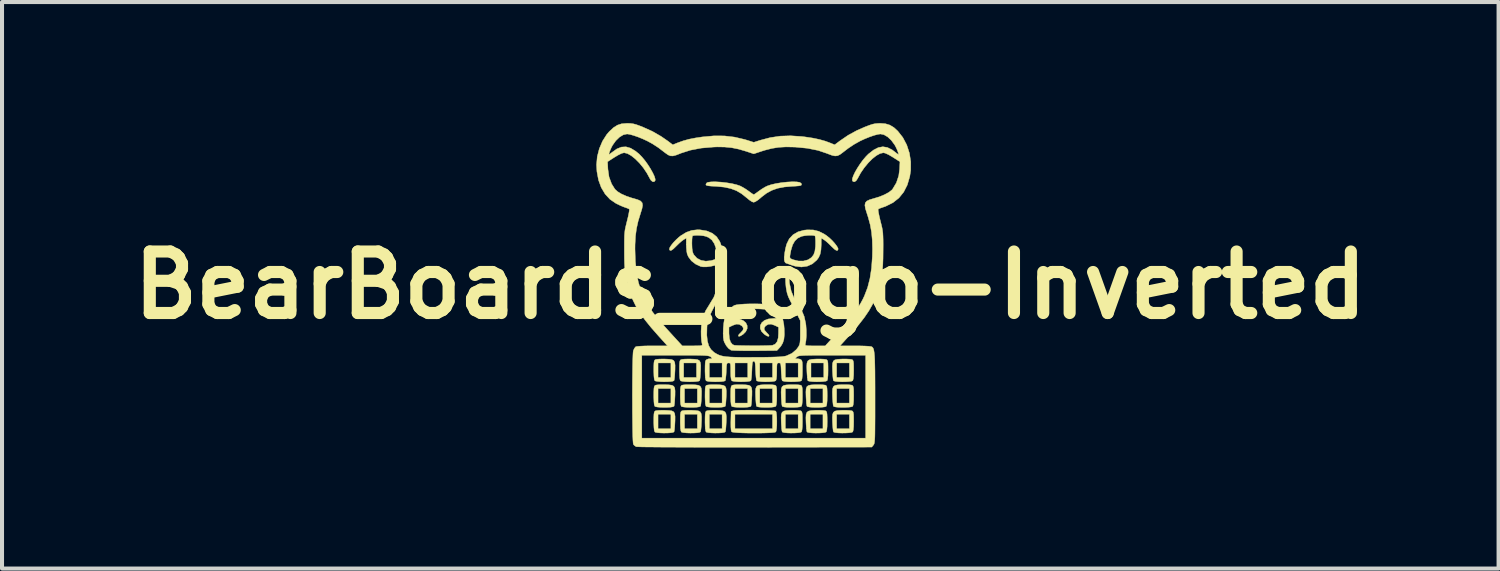
<source format=kicad_pcb>
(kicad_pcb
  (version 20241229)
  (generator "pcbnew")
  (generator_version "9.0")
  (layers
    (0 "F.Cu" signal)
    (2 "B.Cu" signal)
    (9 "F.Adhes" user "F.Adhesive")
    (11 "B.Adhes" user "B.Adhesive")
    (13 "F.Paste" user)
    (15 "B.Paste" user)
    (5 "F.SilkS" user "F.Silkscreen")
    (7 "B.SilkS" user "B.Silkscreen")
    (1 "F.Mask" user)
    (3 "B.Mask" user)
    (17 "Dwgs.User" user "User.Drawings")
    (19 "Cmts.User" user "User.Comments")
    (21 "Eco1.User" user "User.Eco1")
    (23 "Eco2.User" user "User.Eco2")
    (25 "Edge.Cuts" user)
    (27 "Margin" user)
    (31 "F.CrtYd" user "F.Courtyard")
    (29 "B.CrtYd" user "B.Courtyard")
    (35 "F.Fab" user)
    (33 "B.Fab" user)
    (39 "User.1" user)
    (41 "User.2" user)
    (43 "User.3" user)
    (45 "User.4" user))
  (footprint "BearBoards_Logo-Inverted"
    (layer "F.Cu")
    (at 15.538 4.015)
    (property "Reference" "BearBoards_Logo-Inverted" (at 0 0 0) (layer "F.SilkS") (effects (font (size 1.524 1.524) (thickness 0.3))))
    (attr through_hole)
    (fp_poly (pts (xy -2.119 1.829) (xy -2.014 1.834) (xy -1.942 1.844) (xy -1.897 1.868) (xy -1.873 1.912) (xy -1.864 1.983) (xy -1.865 2.087) (xy -1.867 2.127) (xy -1.872 2.22) (xy -1.878 2.298) (xy -1.886 2.35) (xy -1.891 2.365) (xy -1.919 2.378) (xy -1.979 2.387) (xy -2.058 2.392) (xy -2.146 2.393) (xy -2.233 2.39) (xy -2.306 2.383) (xy -2.355 2.373) (xy -2.366 2.366) (xy -2.38 2.33) (xy -2.388 2.253) (xy -2.392 2.135) (xy -2.392 2.103) (xy -2.391 1.997) (xy -2.388 1.926) (xy -2.286 1.926) (xy -2.286 2.286) (xy -1.968 2.286) (xy -1.968 1.926) (xy -2.286 1.926) (xy -2.388 1.926) (xy -2.388 1.926) (xy -2.381 1.882) (xy -2.37 1.857) (xy -2.354 1.844) (xy -2.318 1.836) (xy -2.25 1.83) (xy -2.164 1.829) (xy -2.119 1.829)) (stroke (width 0.01) (type solid)) (fill yes) (layer "F.SilkS"))
    (fp_poly (pts (xy -2.119 2.464) (xy -2.014 2.469) (xy -1.942 2.479) (xy -1.897 2.503) (xy -1.873 2.547) (xy -1.864 2.618) (xy -1.865 2.722) (xy -1.867 2.762) (xy -1.872 2.855) (xy -1.878 2.933) (xy -1.886 2.985) (xy -1.891 3) (xy -1.919 3.013) (xy -1.979 3.022) (xy -2.058 3.027) (xy -2.146 3.028) (xy -2.233 3.025) (xy -2.306 3.018) (xy -2.355 3.008) (xy -2.366 3.001) (xy -2.38 2.965) (xy -2.388 2.888) (xy -2.392 2.77) (xy -2.392 2.738) (xy -2.391 2.632) (xy -2.388 2.561) (xy -2.286 2.561) (xy -2.286 2.921) (xy -1.968 2.921) (xy -1.968 2.561) (xy -2.286 2.561) (xy -2.388 2.561) (xy -2.388 2.561) (xy -2.381 2.517) (xy -2.37 2.492) (xy -2.354 2.479) (xy -2.318 2.471) (xy -2.25 2.465) (xy -2.164 2.464) (xy -2.119 2.464)) (stroke (width 0.01) (type solid)) (fill yes) (layer "F.SilkS"))
    (fp_poly (pts (xy -2.119 3.099) (xy -2.014 3.104) (xy -1.942 3.114) (xy -1.897 3.138) (xy -1.873 3.182) (xy -1.864 3.253) (xy -1.865 3.357) (xy -1.867 3.397) (xy -1.872 3.49) (xy -1.878 3.568) (xy -1.886 3.62) (xy -1.891 3.635) (xy -1.919 3.648) (xy -1.979 3.657) (xy -2.058 3.662) (xy -2.146 3.663) (xy -2.233 3.66) (xy -2.306 3.653) (xy -2.355 3.643) (xy -2.366 3.636) (xy -2.38 3.6) (xy -2.388 3.523) (xy -2.392 3.405) (xy -2.392 3.373) (xy -2.391 3.267) (xy -2.388 3.196) (xy -2.286 3.196) (xy -2.286 3.556) (xy -1.968 3.556) (xy -1.968 3.196) (xy -2.286 3.196) (xy -2.388 3.196) (xy -2.388 3.196) (xy -2.381 3.152) (xy -2.37 3.127) (xy -2.354 3.114) (xy -2.318 3.106) (xy -2.25 3.1) (xy -2.164 3.099) (xy -2.119 3.099)) (stroke (width 0.01) (type solid)) (fill yes) (layer "F.SilkS"))
    (fp_poly (pts (xy -1.484 1.829) (xy -1.379 1.834) (xy -1.307 1.844) (xy -1.262 1.868) (xy -1.238 1.912) (xy -1.229 1.983) (xy -1.23 2.087) (xy -1.232 2.127) (xy -1.237 2.22) (xy -1.243 2.298) (xy -1.251 2.35) (xy -1.256 2.365) (xy -1.284 2.378) (xy -1.344 2.387) (xy -1.423 2.392) (xy -1.511 2.393) (xy -1.598 2.39) (xy -1.671 2.383) (xy -1.72 2.373) (xy -1.731 2.366) (xy -1.745 2.33) (xy -1.753 2.253) (xy -1.757 2.135) (xy -1.757 2.103) (xy -1.756 1.997) (xy -1.753 1.926) (xy -1.651 1.926) (xy -1.651 2.286) (xy -1.333 2.286) (xy -1.333 1.926) (xy -1.651 1.926) (xy -1.753 1.926) (xy -1.753 1.926) (xy -1.746 1.882) (xy -1.735 1.857) (xy -1.719 1.844) (xy -1.683 1.836) (xy -1.615 1.83) (xy -1.529 1.829) (xy -1.484 1.829)) (stroke (width 0.01) (type solid)) (fill yes) (layer "F.SilkS"))
    (fp_poly (pts (xy -1.462 2.464) (xy -1.358 2.469) (xy -1.286 2.479) (xy -1.241 2.503) (xy -1.217 2.547) (xy -1.208 2.618) (xy -1.209 2.722) (xy -1.211 2.762) (xy -1.215 2.855) (xy -1.222 2.933) (xy -1.23 2.985) (xy -1.235 3) (xy -1.263 3.013) (xy -1.322 3.022) (xy -1.402 3.027) (xy -1.49 3.028) (xy -1.576 3.025) (xy -1.65 3.018) (xy -1.698 3.008) (xy -1.71 3.001) (xy -1.723 2.965) (xy -1.732 2.888) (xy -1.736 2.77) (xy -1.736 2.738) (xy -1.735 2.632) (xy -1.732 2.561) (xy -1.63 2.561) (xy -1.63 2.921) (xy -1.312 2.921) (xy -1.312 2.561) (xy -1.63 2.561) (xy -1.732 2.561) (xy -1.732 2.561) (xy -1.725 2.517) (xy -1.714 2.492) (xy -1.698 2.479) (xy -1.661 2.471) (xy -1.594 2.465) (xy -1.508 2.464) (xy -1.462 2.464)) (stroke (width 0.01) (type solid)) (fill yes) (layer "F.SilkS"))
    (fp_poly (pts (xy -1.462 3.099) (xy -1.358 3.104) (xy -1.286 3.114) (xy -1.241 3.138) (xy -1.217 3.182) (xy -1.208 3.253) (xy -1.209 3.357) (xy -1.211 3.397) (xy -1.215 3.49) (xy -1.222 3.568) (xy -1.23 3.62) (xy -1.235 3.635) (xy -1.263 3.648) (xy -1.322 3.657) (xy -1.402 3.662) (xy -1.49 3.663) (xy -1.576 3.66) (xy -1.65 3.653) (xy -1.698 3.643) (xy -1.71 3.636) (xy -1.723 3.6) (xy -1.732 3.523) (xy -1.736 3.405) (xy -1.736 3.373) (xy -1.735 3.267) (xy -1.732 3.196) (xy -1.63 3.196) (xy -1.63 3.556) (xy -1.312 3.556) (xy -1.312 3.196) (xy -1.63 3.196) (xy -1.732 3.196) (xy -1.732 3.196) (xy -1.725 3.152) (xy -1.714 3.127) (xy -1.698 3.114) (xy -1.661 3.106) (xy -1.594 3.1) (xy -1.508 3.099) (xy -1.462 3.099)) (stroke (width 0.01) (type solid)) (fill yes) (layer "F.SilkS"))
    (fp_poly (pts (xy -0.849 2.464) (xy -0.744 2.469) (xy -0.672 2.479) (xy -0.627 2.503) (xy -0.603 2.547) (xy -0.594 2.618) (xy -0.595 2.722) (xy -0.597 2.762) (xy -0.602 2.855) (xy -0.608 2.933) (xy -0.616 2.985) (xy -0.621 3) (xy -0.649 3.013) (xy -0.709 3.022) (xy -0.788 3.027) (xy -0.876 3.028) (xy -0.963 3.025) (xy -1.036 3.018) (xy -1.085 3.008) (xy -1.096 3.001) (xy -1.11 2.965) (xy -1.118 2.888) (xy -1.122 2.77) (xy -1.122 2.738) (xy -1.121 2.632) (xy -1.118 2.561) (xy -1.016 2.561) (xy -1.016 2.921) (xy -0.699 2.921) (xy -0.699 2.561) (xy -1.016 2.561) (xy -1.118 2.561) (xy -1.118 2.561) (xy -1.111 2.517) (xy -1.1 2.492) (xy -1.084 2.479) (xy -1.048 2.471) (xy -0.98 2.465) (xy -0.894 2.464) (xy -0.849 2.464)) (stroke (width 0.01) (type solid)) (fill yes) (layer "F.SilkS"))
    (fp_poly (pts (xy -0.849 3.099) (xy -0.744 3.104) (xy -0.672 3.114) (xy -0.627 3.138) (xy -0.603 3.182) (xy -0.594 3.253) (xy -0.595 3.357) (xy -0.597 3.397) (xy -0.602 3.49) (xy -0.608 3.568) (xy -0.616 3.62) (xy -0.621 3.635) (xy -0.649 3.648) (xy -0.709 3.657) (xy -0.788 3.662) (xy -0.876 3.663) (xy -0.963 3.66) (xy -1.036 3.653) (xy -1.085 3.643) (xy -1.096 3.636) (xy -1.11 3.6) (xy -1.118 3.523) (xy -1.122 3.405) (xy -1.122 3.373) (xy -1.121 3.267) (xy -1.118 3.196) (xy -1.016 3.196) (xy -1.016 3.556) (xy -0.699 3.556) (xy -0.699 3.196) (xy -1.016 3.196) (xy -1.118 3.196) (xy -1.118 3.196) (xy -1.111 3.152) (xy -1.1 3.127) (xy -1.084 3.114) (xy -1.048 3.106) (xy -0.98 3.1) (xy -0.894 3.099) (xy -0.849 3.099)) (stroke (width 0.01) (type solid)) (fill yes) (layer "F.SilkS"))
    (fp_poly (pts (xy -0.214 2.464) (xy -0.109 2.469) (xy -0.037 2.479) (xy 0.008 2.503) (xy 0.032 2.547) (xy 0.041 2.618) (xy 0.04 2.722) (xy 0.038 2.762) (xy 0.033 2.855) (xy 0.027 2.933) (xy 0.019 2.985) (xy 0.014 3) (xy -0.014 3.013) (xy -0.074 3.022) (xy -0.153 3.027) (xy -0.241 3.028) (xy -0.328 3.025) (xy -0.401 3.018) (xy -0.45 3.008) (xy -0.461 3.001) (xy -0.475 2.965) (xy -0.483 2.888) (xy -0.487 2.77) (xy -0.487 2.738) (xy -0.486 2.632) (xy -0.483 2.561) (xy -0.381 2.561) (xy -0.381 2.921) (xy -0.064 2.921) (xy -0.064 2.561) (xy -0.381 2.561) (xy -0.483 2.561) (xy -0.483 2.561) (xy -0.476 2.517) (xy -0.465 2.492) (xy -0.449 2.479) (xy -0.413 2.471) (xy -0.345 2.465) (xy -0.259 2.464) (xy -0.214 2.464)) (stroke (width 0.01) (type solid)) (fill yes) (layer "F.SilkS"))
    (fp_poly (pts (xy 0.552 2.468) (xy 0.605 2.475) (xy 0.619 2.479) (xy 0.635 2.493) (xy 0.646 2.519) (xy 0.653 2.565) (xy 0.655 2.638) (xy 0.656 2.738) (xy 0.654 2.864) (xy 0.646 2.951) (xy 0.634 2.997) (xy 0.631 3.001) (xy 0.598 3.014) (xy 0.535 3.022) (xy 0.454 3.027) (xy 0.365 3.028) (xy 0.28 3.025) (xy 0.21 3.018) (xy 0.165 3.007) (xy 0.155 3) (xy 0.147 2.969) (xy 0.14 2.906) (xy 0.134 2.821) (xy 0.131 2.762) (xy 0.128 2.646) (xy 0.133 2.566) (xy 0.135 2.561) (xy 0.233 2.561) (xy 0.233 2.921) (xy 0.55 2.921) (xy 0.55 2.561) (xy 0.233 2.561) (xy 0.135 2.561) (xy 0.152 2.514) (xy 0.19 2.485) (xy 0.253 2.471) (xy 0.346 2.465) (xy 0.383 2.464) (xy 0.474 2.464) (xy 0.552 2.468)) (stroke (width 0.01) (type solid)) (fill yes) (layer "F.SilkS"))
    (fp_poly (pts (xy 1.187 2.468) (xy 1.24 2.475) (xy 1.254 2.479) (xy 1.27 2.493) (xy 1.281 2.519) (xy 1.288 2.565) (xy 1.29 2.638) (xy 1.291 2.738) (xy 1.289 2.864) (xy 1.281 2.951) (xy 1.269 2.997) (xy 1.266 3.001) (xy 1.233 3.014) (xy 1.17 3.022) (xy 1.089 3.027) (xy 1 3.028) (xy 0.915 3.025) (xy 0.845 3.018) (xy 0.8 3.007) (xy 0.79 3) (xy 0.782 2.969) (xy 0.775 2.906) (xy 0.769 2.821) (xy 0.766 2.762) (xy 0.763 2.646) (xy 0.768 2.566) (xy 0.77 2.561) (xy 0.868 2.561) (xy 0.868 2.921) (xy 1.185 2.921) (xy 1.185 2.561) (xy 0.868 2.561) (xy 0.77 2.561) (xy 0.787 2.514) (xy 0.825 2.485) (xy 0.888 2.471) (xy 0.981 2.465) (xy 1.018 2.464) (xy 1.109 2.464) (xy 1.187 2.468)) (stroke (width 0.01) (type solid)) (fill yes) (layer "F.SilkS"))
    (fp_poly (pts (xy 1.187 3.103) (xy 1.24 3.11) (xy 1.254 3.114) (xy 1.27 3.128) (xy 1.281 3.154) (xy 1.288 3.2) (xy 1.29 3.273) (xy 1.291 3.373) (xy 1.289 3.499) (xy 1.281 3.586) (xy 1.269 3.632) (xy 1.266 3.636) (xy 1.233 3.649) (xy 1.17 3.657) (xy 1.089 3.662) (xy 1 3.663) (xy 0.915 3.66) (xy 0.845 3.653) (xy 0.8 3.642) (xy 0.79 3.635) (xy 0.782 3.604) (xy 0.775 3.541) (xy 0.769 3.456) (xy 0.766 3.397) (xy 0.763 3.281) (xy 0.768 3.201) (xy 0.77 3.196) (xy 0.868 3.196) (xy 0.868 3.556) (xy 1.185 3.556) (xy 1.185 3.196) (xy 0.868 3.196) (xy 0.77 3.196) (xy 0.787 3.15) (xy 0.825 3.12) (xy 0.888 3.106) (xy 0.981 3.1) (xy 1.018 3.099) (xy 1.109 3.099) (xy 1.187 3.103)) (stroke (width 0.01) (type solid)) (fill yes) (layer "F.SilkS"))
    (fp_poly (pts (xy 1.801 2.468) (xy 1.854 2.475) (xy 1.868 2.479) (xy 1.884 2.493) (xy 1.895 2.519) (xy 1.901 2.565) (xy 1.904 2.638) (xy 1.905 2.738) (xy 1.903 2.864) (xy 1.895 2.951) (xy 1.883 2.997) (xy 1.88 3.001) (xy 1.847 3.014) (xy 1.784 3.022) (xy 1.703 3.027) (xy 1.614 3.028) (xy 1.529 3.025) (xy 1.458 3.018) (xy 1.413 3.007) (xy 1.404 3) (xy 1.396 2.969) (xy 1.389 2.906) (xy 1.383 2.821) (xy 1.38 2.762) (xy 1.377 2.646) (xy 1.382 2.566) (xy 1.384 2.561) (xy 1.482 2.561) (xy 1.482 2.921) (xy 1.799 2.921) (xy 1.799 2.561) (xy 1.482 2.561) (xy 1.384 2.561) (xy 1.401 2.514) (xy 1.439 2.485) (xy 1.502 2.471) (xy 1.595 2.465) (xy 1.632 2.464) (xy 1.723 2.464) (xy 1.801 2.468)) (stroke (width 0.01) (type solid)) (fill yes) (layer "F.SilkS"))
    (fp_poly (pts (xy 1.801 3.103) (xy 1.854 3.11) (xy 1.868 3.114) (xy 1.884 3.128) (xy 1.895 3.154) (xy 1.901 3.2) (xy 1.904 3.273) (xy 1.905 3.373) (xy 1.903 3.499) (xy 1.895 3.586) (xy 1.883 3.632) (xy 1.88 3.636) (xy 1.847 3.649) (xy 1.784 3.657) (xy 1.703 3.662) (xy 1.614 3.663) (xy 1.529 3.66) (xy 1.458 3.653) (xy 1.413 3.642) (xy 1.404 3.635) (xy 1.396 3.604) (xy 1.389 3.541) (xy 1.383 3.456) (xy 1.38 3.397) (xy 1.377 3.281) (xy 1.382 3.201) (xy 1.384 3.196) (xy 1.482 3.196) (xy 1.482 3.556) (xy 1.799 3.556) (xy 1.799 3.196) (xy 1.482 3.196) (xy 1.384 3.196) (xy 1.401 3.15) (xy 1.439 3.12) (xy 1.502 3.106) (xy 1.595 3.1) (xy 1.632 3.099) (xy 1.723 3.099) (xy 1.801 3.103)) (stroke (width 0.01) (type solid)) (fill yes) (layer "F.SilkS"))
    (fp_poly (pts (xy 1.822 1.833) (xy 1.875 1.84) (xy 1.889 1.844) (xy 1.905 1.858) (xy 1.916 1.884) (xy 1.923 1.93) (xy 1.925 2.003) (xy 1.926 2.103) (xy 1.924 2.229) (xy 1.916 2.316) (xy 1.904 2.362) (xy 1.901 2.366) (xy 1.868 2.379) (xy 1.805 2.387) (xy 1.724 2.392) (xy 1.635 2.393) (xy 1.55 2.39) (xy 1.48 2.383) (xy 1.435 2.372) (xy 1.425 2.365) (xy 1.417 2.334) (xy 1.41 2.271) (xy 1.404 2.186) (xy 1.401 2.127) (xy 1.398 2.011) (xy 1.403 1.931) (xy 1.405 1.926) (xy 1.503 1.926) (xy 1.503 2.286) (xy 1.82 2.286) (xy 1.82 1.926) (xy 1.503 1.926) (xy 1.405 1.926) (xy 1.422 1.879) (xy 1.46 1.85) (xy 1.523 1.836) (xy 1.616 1.83) (xy 1.653 1.829) (xy 1.744 1.829) (xy 1.822 1.833)) (stroke (width 0.01) (type solid)) (fill yes) (layer "F.SilkS"))
    (fp_poly (pts (xy 2.457 1.833) (xy 2.51 1.84) (xy 2.524 1.844) (xy 2.54 1.858) (xy 2.551 1.884) (xy 2.558 1.93) (xy 2.56 2.003) (xy 2.561 2.103) (xy 2.559 2.229) (xy 2.551 2.316) (xy 2.539 2.362) (xy 2.536 2.366) (xy 2.503 2.379) (xy 2.44 2.387) (xy 2.359 2.392) (xy 2.27 2.393) (xy 2.185 2.39) (xy 2.115 2.383) (xy 2.07 2.372) (xy 2.06 2.365) (xy 2.052 2.334) (xy 2.045 2.271) (xy 2.039 2.186) (xy 2.036 2.127) (xy 2.033 2.011) (xy 2.038 1.931) (xy 2.04 1.926) (xy 2.138 1.926) (xy 2.138 2.286) (xy 2.455 2.286) (xy 2.455 1.926) (xy 2.138 1.926) (xy 2.04 1.926) (xy 2.057 1.879) (xy 2.095 1.85) (xy 2.158 1.836) (xy 2.251 1.83) (xy 2.288 1.829) (xy 2.379 1.829) (xy 2.457 1.833)) (stroke (width 0.01) (type solid)) (fill yes) (layer "F.SilkS"))
    (fp_poly (pts (xy 2.457 2.468) (xy 2.51 2.475) (xy 2.524 2.479) (xy 2.54 2.493) (xy 2.551 2.519) (xy 2.558 2.565) (xy 2.56 2.638) (xy 2.561 2.738) (xy 2.559 2.864) (xy 2.551 2.951) (xy 2.539 2.997) (xy 2.536 3.001) (xy 2.503 3.014) (xy 2.44 3.022) (xy 2.359 3.027) (xy 2.27 3.028) (xy 2.185 3.025) (xy 2.115 3.018) (xy 2.07 3.007) (xy 2.06 3) (xy 2.052 2.969) (xy 2.045 2.906) (xy 2.039 2.821) (xy 2.036 2.762) (xy 2.033 2.646) (xy 2.038 2.566) (xy 2.04 2.561) (xy 2.138 2.561) (xy 2.138 2.921) (xy 2.455 2.921) (xy 2.455 2.561) (xy 2.138 2.561) (xy 2.04 2.561) (xy 2.057 2.514) (xy 2.095 2.485) (xy 2.158 2.471) (xy 2.251 2.465) (xy 2.288 2.464) (xy 2.379 2.464) (xy 2.457 2.468)) (stroke (width 0.01) (type solid)) (fill yes) (layer "F.SilkS"))
    (fp_poly (pts (xy 2.457 3.103) (xy 2.51 3.11) (xy 2.524 3.114) (xy 2.54 3.128) (xy 2.551 3.154) (xy 2.558 3.2) (xy 2.56 3.273) (xy 2.561 3.373) (xy 2.559 3.499) (xy 2.551 3.586) (xy 2.539 3.632) (xy 2.536 3.636) (xy 2.503 3.649) (xy 2.44 3.657) (xy 2.359 3.662) (xy 2.27 3.663) (xy 2.185 3.66) (xy 2.115 3.653) (xy 2.07 3.642) (xy 2.06 3.635) (xy 2.052 3.604) (xy 2.045 3.541) (xy 2.039 3.456) (xy 2.036 3.397) (xy 2.033 3.281) (xy 2.038 3.201) (xy 2.04 3.196) (xy 2.138 3.196) (xy 2.138 3.556) (xy 2.455 3.556) (xy 2.455 3.196) (xy 2.138 3.196) (xy 2.04 3.196) (xy 2.057 3.15) (xy 2.095 3.12) (xy 2.158 3.106) (xy 2.251 3.1) (xy 2.288 3.099) (xy 2.379 3.099) (xy 2.457 3.103)) (stroke (width 0.01) (type solid)) (fill yes) (layer "F.SilkS"))
    (fp_poly (pts (xy 0.044 3.096) (xy 0.175 3.097) (xy 0.302 3.099) (xy 0.419 3.102) (xy 0.516 3.106) (xy 0.588 3.111) (xy 0.626 3.117) (xy 0.63 3.118) (xy 0.642 3.146) (xy 0.65 3.206) (xy 0.656 3.287) (xy 0.657 3.378) (xy 0.656 3.47) (xy 0.65 3.551) (xy 0.641 3.61) (xy 0.631 3.636) (xy 0.601 3.646) (xy 0.536 3.653) (xy 0.444 3.658) (xy 0.33 3.662) (xy 0.204 3.664) (xy 0.07 3.664) (xy -0.062 3.663) (xy -0.187 3.66) (xy -0.296 3.655) (xy -0.384 3.648) (xy -0.442 3.64) (xy -0.464 3.632) (xy -0.476 3.593) (xy -0.482 3.513) (xy -0.483 3.392) (xy -0.482 3.364) (xy -0.478 3.196) (xy -0.381 3.196) (xy -0.381 3.556) (xy 0.55 3.556) (xy 0.55 3.196) (xy -0.381 3.196) (xy -0.478 3.196) (xy -0.476 3.125) (xy -0.413 3.108) (xy -0.372 3.103) (xy -0.299 3.099) (xy -0.201 3.097) (xy -0.084 3.096) (xy 0.044 3.096)) (stroke (width 0.01) (type solid)) (fill yes) (layer "F.SilkS"))
    (fp_poly (pts (xy 1.151 -2.559) (xy 1.222 -2.548) (xy 1.26 -2.524) (xy 1.27 -2.498) (xy 1.265 -2.481) (xy 1.246 -2.469) (xy 1.205 -2.461) (xy 1.136 -2.455) (xy 1.042 -2.45) (xy 0.844 -2.433) (xy 0.677 -2.401) (xy 0.533 -2.35) (xy 0.402 -2.279) (xy 0.276 -2.183) (xy 0.259 -2.167) (xy 0.181 -2.104) (xy 0.118 -2.065) (xy 0.081 -2.054) (xy 0.039 -2.069) (xy -0.023 -2.11) (xy -0.095 -2.169) (xy -0.219 -2.268) (xy -0.345 -2.342) (xy -0.485 -2.394) (xy -0.645 -2.429) (xy -0.836 -2.448) (xy -0.873 -2.45) (xy -0.975 -2.455) (xy -1.041 -2.462) (xy -1.079 -2.47) (xy -1.097 -2.482) (xy -1.101 -2.498) (xy -1.083 -2.532) (xy -1.053 -2.548) (xy -0.969 -2.56) (xy -0.855 -2.561) (xy -0.723 -2.553) (xy -0.584 -2.537) (xy -0.45 -2.515) (xy -0.332 -2.486) (xy -0.251 -2.458) (xy -0.184 -2.423) (xy -0.104 -2.374) (xy -0.043 -2.331) (xy 0.017 -2.287) (xy 0.062 -2.256) (xy 0.085 -2.244) (xy 0.085 -2.244) (xy 0.106 -2.255) (xy 0.152 -2.287) (xy 0.211 -2.33) (xy 0.212 -2.331) (xy 0.288 -2.384) (xy 0.368 -2.432) (xy 0.421 -2.458) (xy 0.516 -2.49) (xy 0.636 -2.518) (xy 0.772 -2.54) (xy 0.91 -2.555) (xy 1.04 -2.562) (xy 1.151 -2.559)) (stroke (width 0.01) (type solid)) (fill yes) (layer "F.SilkS"))
    (fp_poly (pts (xy -1.241 -1.371) (xy -1.078 -1.344) (xy -0.941 -1.286) (xy -0.834 -1.199) (xy -0.757 -1.083) (xy -0.733 -1.022) (xy -0.708 -0.935) (xy -0.689 -0.838) (xy -0.676 -0.744) (xy -0.67 -0.663) (xy -0.673 -0.606) (xy -0.677 -0.593) (xy -0.717 -0.555) (xy -0.788 -0.521) (xy -0.879 -0.49) (xy -0.981 -0.467) (xy -1.082 -0.454) (xy -1.171 -0.453) (xy -1.228 -0.463) (xy -1.355 -0.522) (xy -1.46 -0.604) (xy -1.535 -0.704) (xy -1.565 -0.777) (xy -1.576 -0.84) (xy -1.584 -0.926) (xy -1.587 -1.012) (xy -1.587 -1.053) (xy -1.447 -1.053) (xy -1.447 -1.014) (xy -1.443 -0.914) (xy -1.434 -0.843) (xy -1.418 -0.79) (xy -1.397 -0.751) (xy -1.322 -0.668) (xy -1.222 -0.616) (xy -1.105 -0.595) (xy -0.974 -0.608) (xy -0.904 -0.629) (xy -0.802 -0.665) (xy -0.815 -0.751) (xy -0.848 -0.908) (xy -0.892 -1.029) (xy -0.951 -1.118) (xy -1.028 -1.179) (xy -1.095 -1.208) (xy -1.158 -1.223) (xy -1.236 -1.232) (xy -1.316 -1.236) (xy -1.383 -1.233) (xy -1.426 -1.224) (xy -1.432 -1.221) (xy -1.44 -1.193) (xy -1.445 -1.133) (xy -1.447 -1.053) (xy -1.587 -1.053) (xy -1.587 -1.167) (xy -1.652 -1.128) (xy -1.699 -1.094) (xy -1.761 -1.04) (xy -1.827 -0.976) (xy -1.835 -0.968) (xy -1.906 -0.899) (xy -1.956 -0.863) (xy -1.988 -0.859) (xy -2.005 -0.885) (xy -2.006 -0.892) (xy -1.996 -0.93) (xy -1.96 -0.987) (xy -1.906 -1.055) (xy -1.839 -1.125) (xy -1.768 -1.19) (xy -1.721 -1.227) (xy -1.585 -1.31) (xy -1.453 -1.357) (xy -1.311 -1.373) (xy -1.241 -1.371)) (stroke (width 0.01) (type solid)) (fill yes) (layer "F.SilkS"))
    (fp_poly (pts (xy 1.56 -1.368) (xy 1.695 -1.335) (xy 1.827 -1.269) (xy 1.89 -1.227) (xy 1.961 -1.17) (xy 2.032 -1.102) (xy 2.095 -1.031) (xy 2.144 -0.966) (xy 2.172 -0.915) (xy 2.176 -0.892) (xy 2.161 -0.861) (xy 2.132 -0.86) (xy 2.086 -0.89) (xy 2.019 -0.953) (xy 2.004 -0.968) (xy 1.939 -1.032) (xy 1.876 -1.088) (xy 1.827 -1.125) (xy 1.822 -1.128) (xy 1.757 -1.167) (xy 1.757 -1.012) (xy 1.75 -0.875) (xy 1.73 -0.769) (xy 1.692 -0.684) (xy 1.647 -0.623) (xy 1.537 -0.528) (xy 1.41 -0.471) (xy 1.267 -0.451) (xy 1.113 -0.47) (xy 1.027 -0.496) (xy 0.955 -0.522) (xy 0.901 -0.541) (xy 0.875 -0.55) (xy 0.874 -0.55) (xy 0.862 -0.566) (xy 0.849 -0.589) (xy 0.84 -0.634) (xy 0.841 -0.698) (xy 0.979 -0.698) (xy 0.988 -0.668) (xy 1.021 -0.647) (xy 1.063 -0.631) (xy 1.187 -0.6) (xy 1.312 -0.598) (xy 1.422 -0.627) (xy 1.438 -0.634) (xy 1.514 -0.685) (xy 1.567 -0.751) (xy 1.599 -0.839) (xy 1.614 -0.957) (xy 1.616 -1.014) (xy 1.616 -1.1) (xy 1.612 -1.17) (xy 1.605 -1.213) (xy 1.602 -1.221) (xy 1.568 -1.232) (xy 1.506 -1.236) (xy 1.429 -1.234) (xy 1.35 -1.226) (xy 1.281 -1.213) (xy 1.265 -1.208) (xy 1.173 -1.164) (xy 1.102 -1.095) (xy 1.047 -0.998) (xy 1.007 -0.867) (xy 0.985 -0.751) (xy 0.979 -0.698) (xy 0.841 -0.698) (xy 0.842 -0.709) (xy 0.852 -0.801) (xy 0.87 -0.901) (xy 0.894 -0.996) (xy 0.902 -1.022) (xy 0.965 -1.15) (xy 1.059 -1.25) (xy 1.182 -1.322) (xy 1.333 -1.363) (xy 1.41 -1.371) (xy 1.56 -1.368)) (stroke (width 0.01) (type solid)) (fill yes) (layer "F.SilkS"))
    (fp_poly (pts (xy 0.248 0.465) (xy 0.368 0.471) (xy 0.469 0.48) (xy 0.54 0.492) (xy 0.564 0.5) (xy 0.664 0.569) (xy 0.742 0.67) (xy 0.797 0.805) (xy 0.831 0.975) (xy 0.84 1.079) (xy 0.843 1.226) (xy 0.832 1.341) (xy 0.803 1.433) (xy 0.757 1.511) (xy 0.731 1.542) (xy 0.659 1.619) (xy 0.113 1.624) (xy -0.037 1.624) (xy -0.175 1.623) (xy -0.294 1.621) (xy -0.389 1.618) (xy -0.453 1.614) (xy -0.478 1.61) (xy -0.539 1.567) (xy -0.597 1.497) (xy -0.643 1.413) (xy -0.658 1.37) (xy -0.67 1.292) (xy -0.673 1.186) (xy -0.669 1.067) (xy -0.667 1.041) (xy -0.529 1.041) (xy -0.529 1.193) (xy -0.519 1.316) (xy -0.49 1.409) (xy -0.443 1.468) (xy -0.398 1.488) (xy -0.355 1.492) (xy -0.278 1.495) (xy -0.176 1.497) (xy -0.057 1.499) (xy 0.071 1.5) (xy 0.199 1.5) (xy 0.319 1.498) (xy 0.423 1.496) (xy 0.502 1.493) (xy 0.547 1.49) (xy 0.55 1.489) (xy 0.618 1.459) (xy 0.665 1.398) (xy 0.691 1.304) (xy 0.698 1.193) (xy 0.699 1.041) (xy 0.604 0.995) (xy 0.517 0.965) (xy 0.445 0.969) (xy 0.379 1.008) (xy 0.376 1.011) (xy 0.343 1.06) (xy 0.351 1.113) (xy 0.402 1.171) (xy 0.402 1.172) (xy 0.452 1.223) (xy 0.467 1.256) (xy 0.451 1.269) (xy 0.408 1.256) (xy 0.348 1.217) (xy 0.277 1.145) (xy 0.245 1.068) (xy 0.249 0.993) (xy 0.285 0.926) (xy 0.351 0.872) (xy 0.444 0.837) (xy 0.548 0.826) (xy 0.609 0.823) (xy 0.648 0.817) (xy 0.656 0.812) (xy 0.641 0.77) (xy 0.602 0.716) (xy 0.551 0.664) (xy 0.499 0.627) (xy 0.494 0.624) (xy 0.435 0.608) (xy 0.343 0.595) (xy 0.23 0.588) (xy 0.105 0.585) (xy -0.022 0.586) (xy -0.14 0.592) (xy -0.24 0.603) (xy -0.31 0.619) (xy -0.325 0.624) (xy -0.376 0.659) (xy -0.428 0.71) (xy -0.468 0.765) (xy -0.487 0.809) (xy -0.487 0.812) (xy -0.468 0.82) (xy -0.419 0.825) (xy -0.379 0.826) (xy -0.264 0.839) (xy -0.174 0.877) (xy -0.111 0.932) (xy -0.078 1.001) (xy -0.078 1.076) (xy -0.113 1.152) (xy -0.178 1.217) (xy -0.242 1.257) (xy -0.283 1.269) (xy -0.298 1.255) (xy -0.282 1.22) (xy -0.233 1.172) (xy -0.182 1.114) (xy -0.173 1.061) (xy -0.206 1.012) (xy -0.206 1.011) (xy -0.273 0.97) (xy -0.344 0.964) (xy -0.429 0.993) (xy -0.434 0.995) (xy -0.529 1.041) (xy -0.667 1.041) (xy -0.659 0.949) (xy -0.642 0.844) (xy -0.625 0.782) (xy -0.571 0.67) (xy -0.496 0.575) (xy -0.409 0.508) (xy -0.394 0.5) (xy -0.341 0.486) (xy -0.255 0.475) (xy -0.144 0.467) (xy -0.017 0.463) (xy 0.116 0.462) (xy 0.248 0.465)) (stroke (width 0.01) (type solid)) (fill yes) (layer "F.SilkS"))
    (fp_poly (pts (xy 3.347 -4) (xy 3.456 -3.967) (xy 3.557 -3.906) (xy 3.653 -3.818) (xy 3.778 -3.659) (xy 3.875 -3.475) (xy 3.941 -3.273) (xy 3.974 -3.059) (xy 3.973 -2.842) (xy 3.95 -2.692) (xy 3.889 -2.484) (xy 3.8 -2.308) (xy 3.682 -2.162) (xy 3.534 -2.045) (xy 3.354 -1.955) (xy 3.27 -1.926) (xy 3.213 -1.906) (xy 3.174 -1.888) (xy 3.168 -1.884) (xy 3.167 -1.859) (xy 3.175 -1.801) (xy 3.192 -1.718) (xy 3.215 -1.619) (xy 3.221 -1.595) (xy 3.244 -1.504) (xy 3.262 -1.429) (xy 3.274 -1.362) (xy 3.283 -1.295) (xy 3.287 -1.218) (xy 3.29 -1.123) (xy 3.291 -1.002) (xy 3.29 -0.868) (xy 3.288 -0.666) (xy 3.282 -0.497) (xy 3.27 -0.35) (xy 3.251 -0.216) (xy 3.225 -0.086) (xy 3.189 0.051) (xy 3.152 0.173) (xy 3.095 0.329) (xy 3.024 0.482) (xy 2.936 0.636) (xy 2.826 0.798) (xy 2.691 0.972) (xy 2.527 1.164) (xy 2.446 1.255) (xy 2.221 1.503) (xy 2.594 1.503) (xy 2.722 1.504) (xy 2.835 1.507) (xy 2.926 1.512) (xy 2.986 1.519) (xy 3.006 1.524) (xy 3.024 1.536) (xy 3.039 1.555) (xy 3.052 1.582) (xy 3.062 1.622) (xy 3.07 1.678) (xy 3.077 1.753) (xy 3.082 1.851) (xy 3.085 1.974) (xy 3.088 2.126) (xy 3.089 2.31) (xy 3.09 2.53) (xy 3.09 2.789) (xy 3.09 2.808) (xy 3.09 3.052) (xy 3.09 3.258) (xy 3.089 3.429) (xy 3.088 3.568) (xy 3.087 3.679) (xy 3.085 3.765) (xy 3.081 3.83) (xy 3.077 3.877) (xy 3.072 3.911) (xy 3.066 3.933) (xy 3.058 3.949) (xy 3.05 3.961) (xy 3.009 4.011) (xy 0.113 4.015) (xy -0.251 4.016) (xy -0.601 4.016) (xy -0.933 4.015) (xy -1.246 4.015) (xy -1.538 4.014) (xy -1.806 4.013) (xy -2.047 4.012) (xy -2.261 4.011) (xy -2.444 4.009) (xy -2.594 4.008) (xy -2.709 4.006) (xy -2.788 4.003) (xy -2.826 4.001) (xy -2.83 4) (xy -2.877 3.967) (xy -2.898 3.94) (xy -2.903 3.909) (xy -2.908 3.841) (xy -2.912 3.741) (xy -2.915 3.613) (xy -2.917 3.462) (xy -2.919 3.293) (xy -2.921 3.11) (xy -2.921 2.92) (xy -2.922 2.726) (xy -2.921 2.533) (xy -2.92 2.346) (xy -2.918 2.171) (xy -2.916 2.011) (xy -2.913 1.873) (xy -2.909 1.76) (xy -2.908 1.736) (xy -2.688 1.736) (xy -2.688 3.789) (xy 2.857 3.789) (xy 2.857 1.736) (xy 2.03 1.736) (xy 1.821 1.736) (xy 1.65 1.736) (xy 1.513 1.737) (xy 1.405 1.739) (xy 1.324 1.741) (xy 1.264 1.745) (xy 1.221 1.749) (xy 1.191 1.756) (xy 1.17 1.764) (xy 1.155 1.774) (xy 1.149 1.778) (xy 1.119 1.809) (xy 1.127 1.823) (xy 1.175 1.823) (xy 1.18 1.822) (xy 1.218 1.829) (xy 1.249 1.841) (xy 1.267 1.855) (xy 1.279 1.877) (xy 1.287 1.915) (xy 1.29 1.978) (xy 1.291 2.074) (xy 1.291 2.103) (xy 1.289 2.229) (xy 1.281 2.316) (xy 1.269 2.362) (xy 1.266 2.366) (xy 1.233 2.379) (xy 1.17 2.387) (xy 1.089 2.392) (xy 1 2.393) (xy 0.915 2.39) (xy 0.845 2.383) (xy 0.8 2.372) (xy 0.79 2.365) (xy 0.782 2.334) (xy 0.775 2.271) (xy 0.768 2.186) (xy 0.765 2.133) (xy 0.761 2.038) (xy 0.756 1.978) (xy 0.748 1.944) (xy 0.735 1.93) (xy 0.714 1.926) (xy 0.707 1.926) (xy 0.868 1.926) (xy 0.868 2.286) (xy 1.185 2.286) (xy 1.185 1.926) (xy 0.868 1.926) (xy 0.707 1.926) (xy 0.684 1.928) (xy 0.669 1.938) (xy 0.661 1.964) (xy 0.657 2.014) (xy 0.656 2.097) (xy 0.656 2.134) (xy 0.653 2.247) (xy 0.645 2.325) (xy 0.632 2.365) (xy 0.631 2.366) (xy 0.598 2.379) (xy 0.535 2.387) (xy 0.454 2.392) (xy 0.365 2.393) (xy 0.28 2.39) (xy 0.209 2.383) (xy 0.164 2.372) (xy 0.155 2.365) (xy 0.148 2.334) (xy 0.14 2.271) (xy 0.134 2.185) (xy 0.13 2.111) (xy 0.126 2.01) (xy 0.121 1.944) (xy 0.117 1.926) (xy 0.233 1.926) (xy 0.233 2.286) (xy 0.55 2.286) (xy 0.55 1.926) (xy 0.233 1.926) (xy 0.117 1.926) (xy 0.113 1.906) (xy 0.101 1.888) (xy 0.085 1.884) (xy 0.068 1.888) (xy 0.056 1.906) (xy 0.048 1.945) (xy 0.043 2.012) (xy 0.039 2.111) (xy 0.034 2.207) (xy 0.028 2.288) (xy 0.02 2.345) (xy 0.014 2.365) (xy -0.014 2.378) (xy -0.074 2.387) (xy -0.153 2.392) (xy -0.241 2.393) (xy -0.328 2.39) (xy -0.401 2.383) (xy -0.45 2.373) (xy -0.461 2.366) (xy -0.475 2.33) (xy -0.484 2.255) (xy -0.487 2.145) (xy -0.487 2.134) (xy -0.487 2.039) (xy -0.49 1.978) (xy -0.496 1.945) (xy -0.508 1.93) (xy -0.528 1.926) (xy -0.537 1.926) (xy -0.381 1.926) (xy -0.381 2.286) (xy -0.064 2.286) (xy -0.064 1.926) (xy -0.381 1.926) (xy -0.537 1.926) (xy -0.561 1.928) (xy -0.576 1.939) (xy -0.585 1.967) (xy -0.591 2.019) (xy -0.595 2.103) (xy -0.596 2.133) (xy -0.601 2.224) (xy -0.609 2.301) (xy -0.616 2.352) (xy -0.621 2.365) (xy -0.649 2.378) (xy -0.709 2.387) (xy -0.788 2.392) (xy -0.876 2.393) (xy -0.963 2.39) (xy -1.036 2.384) (xy -1.085 2.373) (xy -1.096 2.366) (xy -1.11 2.33) (xy -1.118 2.253) (xy -1.122 2.135) (xy -1.122 2.103) (xy -1.121 1.998) (xy -1.118 1.928) (xy -1.118 1.926) (xy -1.016 1.926) (xy -1.016 2.286) (xy -0.699 2.286) (xy -0.699 1.926) (xy -1.016 1.926) (xy -1.118 1.926) (xy -1.112 1.884) (xy -1.101 1.859) (xy -1.084 1.844) (xy -1.079 1.841) (xy -1.034 1.824) (xy -1.01 1.822) (xy -0.96 1.824) (xy -0.949 1.81) (xy -0.976 1.781) (xy -0.979 1.778) (xy -0.995 1.767) (xy -1.013 1.759) (xy -1.039 1.752) (xy -1.076 1.746) (xy -1.129 1.742) (xy -1.202 1.739) (xy -1.298 1.737) (xy -1.423 1.736) (xy -1.581 1.736) (xy -1.775 1.736) (xy -1.861 1.736) (xy -2.688 1.736) (xy -2.908 1.736) (xy -2.905 1.677) (xy -2.9 1.63) (xy -2.899 1.625) (xy -2.874 1.568) (xy -2.843 1.528) (xy -2.837 1.524) (xy -2.802 1.517) (xy -2.733 1.511) (xy -2.635 1.506) (xy -2.517 1.503) (xy -2.424 1.503) (xy -2.052 1.503) (xy -2.277 1.254) (xy -2.458 1.048) (xy -2.609 0.861) (xy -2.733 0.687) (xy -2.835 0.52) (xy -2.916 0.353) (xy -2.982 0.18) (xy -3.036 -0.006) (xy -3.073 -0.172) (xy -3.089 -0.264) (xy -3.102 -0.349) (xy -3.111 -0.438) (xy -3.117 -0.54) (xy -3.12 -0.663) (xy -3.121 -0.816) (xy -3.121 -0.868) (xy -3.121 -1.019) (xy -3.12 -1.136) (xy -3.118 -1.228) (xy -3.112 -1.304) (xy -3.104 -1.371) (xy -3.09 -1.438) (xy -3.072 -1.515) (xy -3.052 -1.595) (xy -3.027 -1.697) (xy -3.009 -1.784) (xy -2.998 -1.848) (xy -2.998 -1.882) (xy -2.999 -1.884) (xy -3.029 -1.9) (xy -3.082 -1.92) (xy -3.101 -1.926) (xy -3.163 -1.949) (xy -3.244 -1.985) (xy -3.328 -2.026) (xy -3.331 -2.028) (xy -3.476 -2.127) (xy -3.597 -2.258) (xy -3.693 -2.419) (xy -3.761 -2.605) (xy -3.8 -2.815) (xy -3.81 -2.985) (xy -3.803 -3.059) (xy -3.537 -3.059) (xy -3.528 -2.876) (xy -3.5 -2.682) (xy -3.436 -2.509) (xy -3.354 -2.378) (xy -3.291 -2.32) (xy -3.195 -2.261) (xy -3.073 -2.207) (xy -2.935 -2.16) (xy -2.889 -2.148) (xy -2.786 -2.117) (xy -2.717 -2.084) (xy -2.679 -2.04) (xy -2.669 -1.979) (xy -2.684 -1.894) (xy -2.719 -1.781) (xy -2.779 -1.586) (xy -2.82 -1.402) (xy -2.845 -1.213) (xy -2.856 -1.005) (xy -2.857 -0.895) (xy -2.848 -0.59) (xy -2.821 -0.318) (xy -2.774 -0.075) (xy -2.707 0.144) (xy -2.657 0.266) (xy -2.606 0.371) (xy -2.551 0.471) (xy -2.488 0.571) (xy -2.412 0.676) (xy -2.321 0.792) (xy -2.21 0.924) (xy -2.075 1.077) (xy -1.957 1.207) (xy -1.686 1.503) (xy -1.434 1.503) (xy -1.328 1.502) (xy -1.257 1.5) (xy -1.215 1.495) (xy -1.195 1.487) (xy -1.192 1.473) (xy -1.193 1.466) (xy -1.209 1.38) (xy -1.218 1.268) (xy -1.22 1.143) (xy -1.213 1.02) (xy -1.208 0.976) (xy -1.172 0.795) (xy -1.107 0.633) (xy -1.009 0.474) (xy -1.009 0.473) (xy -0.905 0.301) (xy -0.835 0.117) (xy -0.795 -0.088) (xy -0.784 -0.28) (xy -0.779 -0.346) (xy -0.765 -0.377) (xy -0.753 -0.381) (xy -0.731 -0.361) (xy -0.714 -0.307) (xy -0.705 -0.226) (xy -0.703 -0.126) (xy -0.708 -0.013) (xy -0.715 0.046) (xy -0.733 0.162) (xy -0.761 0.259) (xy -0.805 0.358) (xy -0.824 0.396) (xy -0.899 0.539) (xy -0.957 0.652) (xy -0.999 0.74) (xy -1.029 0.81) (xy -1.049 0.869) (xy -1.062 0.923) (xy -1.069 0.979) (xy -1.074 1.043) (xy -1.074 1.056) (xy -1.078 1.237) (xy -1.063 1.383) (xy -1.03 1.5) (xy -0.975 1.592) (xy -0.897 1.665) (xy -0.825 1.708) (xy -0.778 1.73) (xy -0.725 1.748) (xy -0.663 1.762) (xy -0.587 1.772) (xy -0.492 1.779) (xy -0.373 1.784) (xy -0.226 1.787) (xy -0.045 1.787) (xy 0.159 1.786) (xy 0.354 1.785) (xy 0.511 1.782) (xy 0.635 1.778) (xy 0.731 1.774) (xy 0.804 1.767) (xy 0.858 1.759) (xy 0.895 1.75) (xy 1.032 1.687) (xy 1.141 1.594) (xy 1.189 1.53) (xy 1.209 1.494) (xy 1.223 1.458) (xy 1.231 1.412) (xy 1.236 1.347) (xy 1.238 1.256) (xy 1.238 1.164) (xy 1.238 0.878) (xy 1.159 0.72) (xy 1.109 0.619) (xy 1.05 0.505) (xy 0.997 0.401) (xy 0.994 0.396) (xy 0.943 0.29) (xy 0.911 0.195) (xy 0.89 0.088) (xy 0.884 0.046) (xy 0.874 -0.069) (xy 0.872 -0.176) (xy 0.878 -0.268) (xy 0.891 -0.337) (xy 0.91 -0.376) (xy 0.922 -0.381) (xy 0.942 -0.367) (xy 0.952 -0.321) (xy 0.953 -0.28) (xy 0.969 -0.054) (xy 1.013 0.147) (xy 1.089 0.329) (xy 1.178 0.473) (xy 1.273 0.625) (xy 1.335 0.776) (xy 1.372 0.945) (xy 1.378 0.988) (xy 1.387 1.119) (xy 1.388 1.252) (xy 1.379 1.372) (xy 1.362 1.465) (xy 1.362 1.466) (xy 1.361 1.482) (xy 1.373 1.492) (xy 1.404 1.498) (xy 1.462 1.502) (xy 1.552 1.503) (xy 1.604 1.503) (xy 1.856 1.503) (xy 2.126 1.207) (xy 2.281 1.036) (xy 2.409 0.889) (xy 2.515 0.762) (xy 2.602 0.649) (xy 2.674 0.545) (xy 2.735 0.445) (xy 2.789 0.345) (xy 2.826 0.266) (xy 2.906 0.058) (xy 2.964 -0.17) (xy 3.003 -0.424) (xy 3.023 -0.708) (xy 3.027 -0.895) (xy 3.021 -1.117) (xy 3.003 -1.313) (xy 2.97 -1.498) (xy 2.919 -1.685) (xy 2.888 -1.781) (xy 2.852 -1.896) (xy 2.838 -1.981) (xy 2.849 -2.041) (xy 2.887 -2.085) (xy 2.957 -2.118) (xy 3.059 -2.148) (xy 3.201 -2.191) (xy 3.328 -2.244) (xy 3.433 -2.301) (xy 3.507 -2.36) (xy 3.523 -2.378) (xy 3.618 -2.536) (xy 3.677 -2.712) (xy 3.698 -2.876) (xy 3.707 -3.059) (xy 3.533 -3.17) (xy 3.428 -3.232) (xy 3.345 -3.27) (xy 3.296 -3.281) (xy 3.215 -3.262) (xy 3.122 -3.211) (xy 3.022 -3.132) (xy 2.921 -3.03) (xy 2.823 -2.912) (xy 2.734 -2.782) (xy 2.659 -2.645) (xy 2.657 -2.641) (xy 2.621 -2.587) (xy 2.58 -2.561) (xy 2.544 -2.568) (xy 2.527 -2.593) (xy 2.528 -2.639) (xy 2.552 -2.71) (xy 2.594 -2.799) (xy 2.651 -2.898) (xy 2.718 -3.001) (xy 2.79 -3.1) (xy 2.864 -3.187) (xy 2.924 -3.248) (xy 3.052 -3.348) (xy 3.17 -3.409) (xy 3.283 -3.43) (xy 3.395 -3.412) (xy 3.51 -3.355) (xy 3.593 -3.292) (xy 3.637 -3.258) (xy 3.666 -3.24) (xy 3.67 -3.239) (xy 3.671 -3.256) (xy 3.658 -3.299) (xy 3.636 -3.357) (xy 3.608 -3.418) (xy 3.581 -3.469) (xy 3.58 -3.471) (xy 3.495 -3.587) (xy 3.403 -3.674) (xy 3.309 -3.729) (xy 3.224 -3.746) (xy 3.16 -3.737) (xy 3.069 -3.713) (xy 2.961 -3.676) (xy 2.846 -3.63) (xy 2.734 -3.579) (xy 2.72 -3.572) (xy 2.571 -3.489) (xy 2.424 -3.391) (xy 2.289 -3.287) (xy 2.22 -3.236) (xy 2.16 -3.207) (xy 2.1 -3.201) (xy 2.027 -3.216) (xy 1.93 -3.252) (xy 1.906 -3.262) (xy 1.678 -3.339) (xy 1.415 -3.392) (xy 1.117 -3.421) (xy 1.086 -3.422) (xy 0.883 -3.426) (xy 0.705 -3.416) (xy 0.537 -3.389) (xy 0.363 -3.345) (xy 0.28 -3.319) (xy 0.085 -3.254) (xy -0.111 -3.319) (xy -0.293 -3.372) (xy -0.462 -3.406) (xy -0.634 -3.423) (xy -0.824 -3.426) (xy -0.917 -3.422) (xy -1.218 -3.396) (xy -1.484 -3.345) (xy -1.716 -3.271) (xy -1.737 -3.262) (xy -1.84 -3.222) (xy -1.916 -3.202) (xy -1.979 -3.204) (xy -2.037 -3.228) (xy -2.104 -3.275) (xy -2.12 -3.287) (xy -2.277 -3.407) (xy -2.423 -3.502) (xy -2.551 -3.572) (xy -2.661 -3.623) (xy -2.776 -3.67) (xy -2.886 -3.708) (xy -2.98 -3.735) (xy -3.048 -3.746) (xy -3.055 -3.746) (xy -3.146 -3.726) (xy -3.24 -3.669) (xy -3.332 -3.58) (xy -3.41 -3.471) (xy -3.438 -3.42) (xy -3.465 -3.36) (xy -3.488 -3.302) (xy -3.501 -3.257) (xy -3.501 -3.239) (xy -3.501 -3.239) (xy -3.478 -3.251) (xy -3.437 -3.282) (xy -3.424 -3.292) (xy -3.305 -3.377) (xy -3.192 -3.422) (xy -3.08 -3.428) (xy -2.966 -3.395) (xy -2.845 -3.322) (xy -2.754 -3.248) (xy -2.684 -3.175) (xy -2.61 -3.086) (xy -2.538 -2.986) (xy -2.473 -2.883) (xy -2.418 -2.785) (xy -2.377 -2.698) (xy -2.357 -2.63) (xy -2.357 -2.593) (xy -2.384 -2.562) (xy -2.423 -2.566) (xy -2.463 -2.6) (xy -2.488 -2.641) (xy -2.562 -2.777) (xy -2.65 -2.908) (xy -2.748 -3.027) (xy -2.85 -3.129) (xy -2.95 -3.209) (xy -3.043 -3.261) (xy -3.124 -3.281) (xy -3.127 -3.281) (xy -3.185 -3.267) (xy -3.27 -3.226) (xy -3.364 -3.17) (xy -3.537 -3.059) (xy -3.803 -3.059) (xy -3.792 -3.184) (xy -3.741 -3.382) (xy -3.662 -3.568) (xy -3.557 -3.733) (xy -3.493 -3.807) (xy -3.39 -3.903) (xy -3.292 -3.965) (xy -3.188 -3.999) (xy -3.065 -4.009) (xy -3.048 -4.01) (xy -2.969 -4.007) (xy -2.9 -3.998) (xy -2.828 -3.979) (xy -2.739 -3.947) (xy -2.667 -3.919) (xy -2.427 -3.811) (xy -2.213 -3.688) (xy -2.045 -3.572) (xy -1.921 -3.478) (xy -1.801 -3.527) (xy -1.664 -3.576) (xy -1.52 -3.616) (xy -1.356 -3.648) (xy -1.19 -3.673) (xy -0.905 -3.699) (xy -0.643 -3.698) (xy -0.393 -3.669) (xy -0.146 -3.611) (xy -0.075 -3.59) (xy 0.085 -3.539) (xy 0.244 -3.59) (xy 0.493 -3.656) (xy 0.742 -3.693) (xy 0.999 -3.701) (xy 1.276 -3.683) (xy 1.359 -3.673) (xy 1.55 -3.644) (xy 1.711 -3.61) (xy 1.853 -3.57) (xy 1.97 -3.527) (xy 2.09 -3.478) (xy 2.215 -3.572) (xy 2.421 -3.713) (xy 2.638 -3.832) (xy 2.836 -3.919) (xy 2.943 -3.96) (xy 3.024 -3.987) (xy 3.094 -4.002) (xy 3.165 -4.008) (xy 3.217 -4.01) (xy 3.347 -4)) (stroke (width 0.01) (type solid)) (fill yes) (layer "F.SilkS")))
  (gr_rect
    (start -3 -3)
    (end 34.075 11.035)
    (stroke (width 0.1) (type default))
    (fill no)
    (layer "Edge.Cuts")))
</source>
